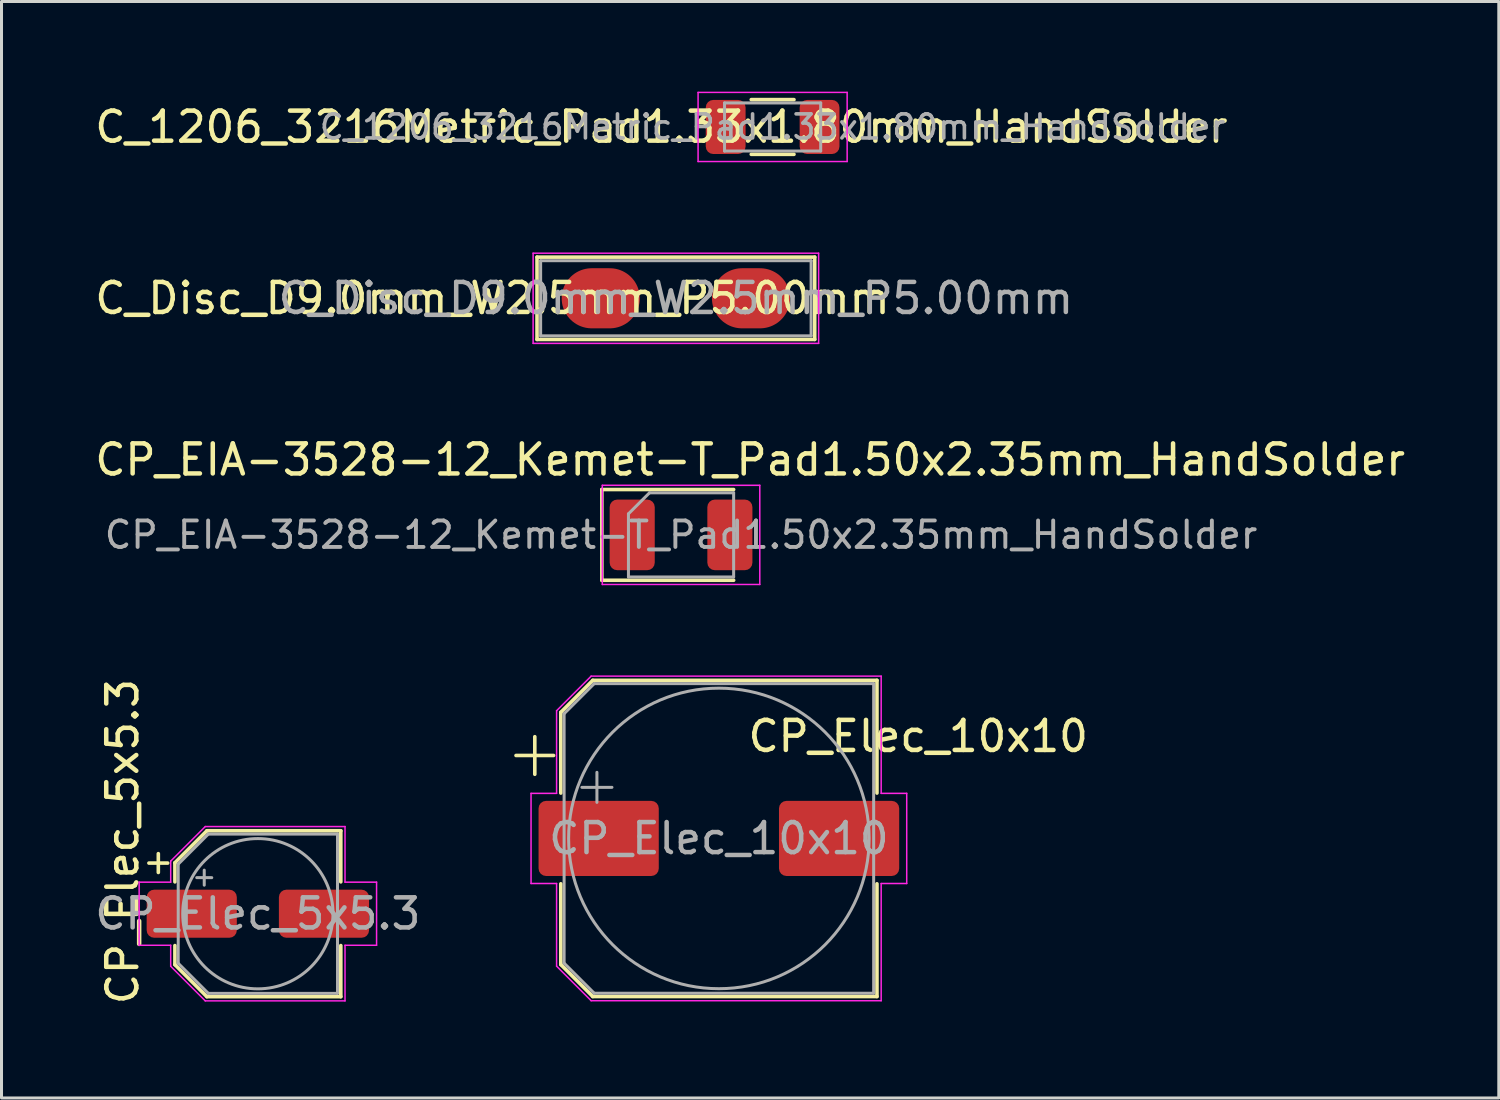
<source format=kicad_pcb>
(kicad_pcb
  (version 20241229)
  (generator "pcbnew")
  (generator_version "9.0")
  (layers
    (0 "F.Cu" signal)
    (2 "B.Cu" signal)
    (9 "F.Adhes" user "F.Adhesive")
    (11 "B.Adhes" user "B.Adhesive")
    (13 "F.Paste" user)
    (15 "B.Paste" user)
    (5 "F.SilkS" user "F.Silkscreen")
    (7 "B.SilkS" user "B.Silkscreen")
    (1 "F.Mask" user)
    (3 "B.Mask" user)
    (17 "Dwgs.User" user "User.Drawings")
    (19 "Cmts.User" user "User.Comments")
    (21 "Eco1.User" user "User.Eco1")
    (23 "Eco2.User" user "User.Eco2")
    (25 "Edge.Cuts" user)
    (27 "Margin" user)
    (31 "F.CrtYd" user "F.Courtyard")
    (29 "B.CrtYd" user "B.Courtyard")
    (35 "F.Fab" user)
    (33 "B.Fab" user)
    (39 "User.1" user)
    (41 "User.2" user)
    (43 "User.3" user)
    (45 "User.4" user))
  (footprint "C_Disc_D9.0mm_W2.5mm_P5.00mm"
    (layer "F.Cu")
    (at 16.939 6.875)
    (property "Reference" "C_Disc_D9.0mm_W2.5mm_P5.00mm" (at -3.6 0 0) (layer "F.SilkS") (effects (font (size 1 1) (thickness 0.15))))
    (attr through_hole)
    (fp_line (start -2.12 -1.37) (end -2.12 1.37) (stroke (width 0.12) (type solid)) (layer "F.SilkS"))
    (fp_line (start -2.12 -1.37) (end 7.12 -1.37) (stroke (width 0.12) (type solid)) (layer "F.SilkS"))
    (fp_line (start -2.12 1.37) (end 7.12 1.37) (stroke (width 0.12) (type solid)) (layer "F.SilkS"))
    (fp_line (start 7.12 -1.37) (end 7.12 1.37) (stroke (width 0.12) (type solid)) (layer "F.SilkS"))
    (fp_line (start -2.25 -1.5) (end -2.25 1.5) (stroke (width 0.05) (type solid)) (layer "F.CrtYd"))
    (fp_line (start -2.25 1.5) (end 7.25 1.5) (stroke (width 0.05) (type solid)) (layer "F.CrtYd"))
    (fp_line (start 7.25 -1.5) (end -2.25 -1.5) (stroke (width 0.05) (type solid)) (layer "F.CrtYd"))
    (fp_line (start 7.25 1.5) (end 7.25 -1.5) (stroke (width 0.05) (type solid)) (layer "F.CrtYd"))
    (fp_line (start -2 -1.25) (end -2 1.25) (stroke (width 0.1) (type solid)) (layer "F.Fab"))
    (fp_line (start -2 1.25) (end 7 1.25) (stroke (width 0.1) (type solid)) (layer "F.Fab"))
    (fp_line (start 7 -1.25) (end -2 -1.25) (stroke (width 0.1) (type solid)) (layer "F.Fab"))
    (fp_line (start 7 1.25) (end 7 -1.25) (stroke (width 0.1) (type solid)) (layer "F.Fab"))
    (fp_text user "${REFERENCE}" (at 2.5 0 0) (layer "F.Fab") (effects (font (size 1 1) (thickness 0.15))))
    (pad "1" smd oval (at 0 0) (size 2.6 2) (layers "F.Cu" "F.Mask" "F.Paste"))
    (pad "2" smd oval (at 5 0) (size 2.6 2) (layers "F.Cu" "F.Mask" "F.Paste")))
  (footprint "CP_Elec_5x5.3"
    (layer "F.Cu")
    (at 5.53 27.353)
    (property "Reference" "CP_Elec_5x5.3" (at -4.5 -2.4 90) (layer "F.SilkS") (effects (font (size 1 1) (thickness 0.15))))
    (attr smd)
    (fp_line (start -3.625 -1.685) (end -3 -1.685) (stroke (width 0.12) (type solid)) (layer "F.SilkS"))
    (fp_line (start -3.312 -1.998) (end -3.312 -1.373) (stroke (width 0.12) (type solid)) (layer "F.SilkS"))
    (fp_line (start -2.76 -1.696) (end -2.76 -1.06) (stroke (width 0.12) (type solid)) (layer "F.SilkS"))
    (fp_line (start -2.76 -1.696) (end -1.696 -2.76) (stroke (width 0.12) (type solid)) (layer "F.SilkS"))
    (fp_line (start -2.76 1.696) (end -2.76 1.06) (stroke (width 0.12) (type solid)) (layer "F.SilkS"))
    (fp_line (start -2.76 1.696) (end -1.696 2.76) (stroke (width 0.12) (type solid)) (layer "F.SilkS"))
    (fp_line (start -1.696 -2.76) (end 2.76 -2.76) (stroke (width 0.12) (type solid)) (layer "F.SilkS"))
    (fp_line (start -1.696 2.76) (end 2.76 2.76) (stroke (width 0.12) (type solid)) (layer "F.SilkS"))
    (fp_line (start 2.76 -2.76) (end 2.76 -1.06) (stroke (width 0.12) (type solid)) (layer "F.SilkS"))
    (fp_line (start 2.76 2.76) (end 2.76 1.06) (stroke (width 0.12) (type solid)) (layer "F.SilkS"))
    (fp_line (start -3.95 -1.05) (end -3.95 1.05) (stroke (width 0.05) (type solid)) (layer "F.CrtYd"))
    (fp_line (start -3.95 1.05) (end -2.9 1.05) (stroke (width 0.05) (type solid)) (layer "F.CrtYd"))
    (fp_line (start -2.9 -1.75) (end -2.9 -1.05) (stroke (width 0.05) (type solid)) (layer "F.CrtYd"))
    (fp_line (start -2.9 -1.75) (end -1.75 -2.9) (stroke (width 0.05) (type solid)) (layer "F.CrtYd"))
    (fp_line (start -2.9 -1.05) (end -3.95 -1.05) (stroke (width 0.05) (type solid)) (layer "F.CrtYd"))
    (fp_line (start -2.9 1.05) (end -2.9 1.75) (stroke (width 0.05) (type solid)) (layer "F.CrtYd"))
    (fp_line (start -2.9 1.75) (end -1.75 2.9) (stroke (width 0.05) (type solid)) (layer "F.CrtYd"))
    (fp_line (start -1.75 -2.9) (end 2.9 -2.9) (stroke (width 0.05) (type solid)) (layer "F.CrtYd"))
    (fp_line (start -1.75 2.9) (end 2.9 2.9) (stroke (width 0.05) (type solid)) (layer "F.CrtYd"))
    (fp_line (start 2.9 -2.9) (end 2.9 -1.05) (stroke (width 0.05) (type solid)) (layer "F.CrtYd"))
    (fp_line (start 2.9 -1.05) (end 3.95 -1.05) (stroke (width 0.05) (type solid)) (layer "F.CrtYd"))
    (fp_line (start 2.9 1.05) (end 2.9 2.9) (stroke (width 0.05) (type solid)) (layer "F.CrtYd"))
    (fp_line (start 3.95 -1.05) (end 3.95 1.05) (stroke (width 0.05) (type solid)) (layer "F.CrtYd"))
    (fp_line (start 3.95 1.05) (end 2.9 1.05) (stroke (width 0.05) (type solid)) (layer "F.CrtYd"))
    (fp_line (start -2.65 -1.65) (end -2.65 1.65) (stroke (width 0.1) (type solid)) (layer "F.Fab"))
    (fp_line (start -2.65 -1.65) (end -1.65 -2.65) (stroke (width 0.1) (type solid)) (layer "F.Fab"))
    (fp_line (start -2.65 1.65) (end -1.65 2.65) (stroke (width 0.1) (type solid)) (layer "F.Fab"))
    (fp_line (start -2.034 -1.2) (end -1.534 -1.2) (stroke (width 0.1) (type solid)) (layer "F.Fab"))
    (fp_line (start -1.784 -1.45) (end -1.784 -0.95) (stroke (width 0.1) (type solid)) (layer "F.Fab"))
    (fp_line (start -1.65 -2.65) (end 2.65 -2.65) (stroke (width 0.1) (type solid)) (layer "F.Fab"))
    (fp_line (start -1.65 2.65) (end 2.65 2.65) (stroke (width 0.1) (type solid)) (layer "F.Fab"))
    (fp_line (start 2.65 -2.65) (end 2.65 2.65) (stroke (width 0.1) (type solid)) (layer "F.Fab"))
    (fp_circle (center 0 0) (end 2.5 0) (stroke (width 0.1) (type solid)) (fill no) (layer "F.Fab"))
    (fp_text user "${REFERENCE}" (at 0 0 180) (layer "F.Fab") (effects (font (size 1 1) (thickness 0.15))))
    (pad "1" smd roundrect (at -2.2 0) (size 3 1.6) (layers "F.Cu" "F.Mask" "F.Paste") (roundrect_rratio 0.156))
    (pad "2" smd roundrect (at 2.2 0) (size 3 1.6) (layers "F.Cu" "F.Mask" "F.Paste") (roundrect_rratio 0.156)))
  (footprint "CP_Elec_10x10"
    (layer "F.Cu")
    (at 20.87 24.848)
    (property "Reference" "CP_Elec_10x10" (at 6.633 -3.4 0) (layer "F.SilkS") (effects (font (size 1 1) (thickness 0.15))))
    (attr smd)
    (fp_line (start -6.75 -2.76) (end -5.5 -2.76) (stroke (width 0.12) (type solid)) (layer "F.SilkS"))
    (fp_line (start -6.125 -3.385) (end -6.125 -2.135) (stroke (width 0.12) (type solid)) (layer "F.SilkS"))
    (fp_line (start -5.26 -4.196) (end -5.26 -1.51) (stroke (width 0.12) (type solid)) (layer "F.SilkS"))
    (fp_line (start -5.26 -4.196) (end -4.196 -5.26) (stroke (width 0.12) (type solid)) (layer "F.SilkS"))
    (fp_line (start -5.26 4.196) (end -5.26 1.51) (stroke (width 0.12) (type solid)) (layer "F.SilkS"))
    (fp_line (start -5.26 4.196) (end -4.196 5.26) (stroke (width 0.12) (type solid)) (layer "F.SilkS"))
    (fp_line (start -4.196 -5.26) (end 5.26 -5.26) (stroke (width 0.12) (type solid)) (layer "F.SilkS"))
    (fp_line (start -4.196 5.26) (end 5.26 5.26) (stroke (width 0.12) (type solid)) (layer "F.SilkS"))
    (fp_line (start 5.26 -5.26) (end 5.26 -1.51) (stroke (width 0.12) (type solid)) (layer "F.SilkS"))
    (fp_line (start 5.26 5.26) (end 5.26 1.51) (stroke (width 0.12) (type solid)) (layer "F.SilkS"))
    (fp_line (start -6.25 -1.5) (end -6.25 1.5) (stroke (width 0.05) (type solid)) (layer "F.CrtYd"))
    (fp_line (start -6.25 1.5) (end -5.4 1.5) (stroke (width 0.05) (type solid)) (layer "F.CrtYd"))
    (fp_line (start -5.4 -4.25) (end -5.4 -1.5) (stroke (width 0.05) (type solid)) (layer "F.CrtYd"))
    (fp_line (start -5.4 -4.25) (end -4.25 -5.4) (stroke (width 0.05) (type solid)) (layer "F.CrtYd"))
    (fp_line (start -5.4 -1.5) (end -6.25 -1.5) (stroke (width 0.05) (type solid)) (layer "F.CrtYd"))
    (fp_line (start -5.4 1.5) (end -5.4 4.25) (stroke (width 0.05) (type solid)) (layer "F.CrtYd"))
    (fp_line (start -5.4 4.25) (end -4.25 5.4) (stroke (width 0.05) (type solid)) (layer "F.CrtYd"))
    (fp_line (start -4.25 -5.4) (end 5.4 -5.4) (stroke (width 0.05) (type solid)) (layer "F.CrtYd"))
    (fp_line (start -4.25 5.4) (end 5.4 5.4) (stroke (width 0.05) (type solid)) (layer "F.CrtYd"))
    (fp_line (start 5.4 -5.4) (end 5.4 -1.5) (stroke (width 0.05) (type solid)) (layer "F.CrtYd"))
    (fp_line (start 5.4 -1.5) (end 6.25 -1.5) (stroke (width 0.05) (type solid)) (layer "F.CrtYd"))
    (fp_line (start 5.4 1.5) (end 5.4 5.4) (stroke (width 0.05) (type solid)) (layer "F.CrtYd"))
    (fp_line (start 6.25 -1.5) (end 6.25 1.5) (stroke (width 0.05) (type solid)) (layer "F.CrtYd"))
    (fp_line (start 6.25 1.5) (end 5.4 1.5) (stroke (width 0.05) (type solid)) (layer "F.CrtYd"))
    (fp_line (start -5.15 -4.15) (end -5.15 4.15) (stroke (width 0.1) (type solid)) (layer "F.Fab"))
    (fp_line (start -5.15 -4.15) (end -4.15 -5.15) (stroke (width 0.1) (type solid)) (layer "F.Fab"))
    (fp_line (start -5.15 4.15) (end -4.15 5.15) (stroke (width 0.1) (type solid)) (layer "F.Fab"))
    (fp_line (start -4.558 -1.7) (end -3.558 -1.7) (stroke (width 0.1) (type solid)) (layer "F.Fab"))
    (fp_line (start -4.15 -5.15) (end 5.15 -5.15) (stroke (width 0.1) (type solid)) (layer "F.Fab"))
    (fp_line (start -4.15 5.15) (end 5.15 5.15) (stroke (width 0.1) (type solid)) (layer "F.Fab"))
    (fp_line (start -4.058 -2.2) (end -4.058 -1.2) (stroke (width 0.1) (type solid)) (layer "F.Fab"))
    (fp_line (start 5.15 -5.15) (end 5.15 5.15) (stroke (width 0.1) (type solid)) (layer "F.Fab"))
    (fp_circle (center 0 0) (end 5 0) (stroke (width 0.1) (type solid)) (fill no) (layer "F.Fab"))
    (fp_text user "${REFERENCE}" (at 0 0 0) (layer "F.Fab") (effects (font (size 1 1) (thickness 0.15))))
    (pad "1" smd roundrect (at -4 0) (size 4 2.5) (layers "F.Cu" "F.Mask" "F.Paste") (roundrect_rratio 0.1))
    (pad "2" smd roundrect (at 4 0) (size 4 2.5) (layers "F.Cu" "F.Mask" "F.Paste") (roundrect_rratio 0.1)))
  (footprint "CP_EIA-3528-12_Kemet-T_Pad1.50x2.35mm_HandSolder"
    (layer "F.Cu")
    (at 19.611 14.748)
    (property "Reference" "CP_EIA-3528-12_Kemet-T_Pad1.50x2.35mm_HandSolder" (at 2.3 -2.5 180) (layer "F.SilkS") (effects (font (size 1 1) (thickness 0.15))))
    (attr smd)
    (fp_line (start -2.635 -1.51) (end -2.635 1.51) (stroke (width 0.12) (type solid)) (layer "F.SilkS"))
    (fp_line (start -2.635 1.51) (end 1.75 1.51) (stroke (width 0.12) (type solid)) (layer "F.SilkS"))
    (fp_line (start 1.75 -1.51) (end -2.635 -1.51) (stroke (width 0.12) (type solid)) (layer "F.SilkS"))
    (fp_line (start -2.62 -1.65) (end 2.62 -1.65) (stroke (width 0.05) (type solid)) (layer "F.CrtYd"))
    (fp_line (start -2.62 1.65) (end -2.62 -1.65) (stroke (width 0.05) (type solid)) (layer "F.CrtYd"))
    (fp_line (start 2.62 -1.65) (end 2.62 1.65) (stroke (width 0.05) (type solid)) (layer "F.CrtYd"))
    (fp_line (start 2.62 1.65) (end -2.62 1.65) (stroke (width 0.05) (type solid)) (layer "F.CrtYd"))
    (fp_line (start -1.75 -0.7) (end -1.75 1.4) (stroke (width 0.1) (type solid)) (layer "F.Fab"))
    (fp_line (start -1.75 1.4) (end 1.75 1.4) (stroke (width 0.1) (type solid)) (layer "F.Fab"))
    (fp_line (start -1.05 -1.4) (end -1.75 -0.7) (stroke (width 0.1) (type solid)) (layer "F.Fab"))
    (fp_line (start 1.75 -1.4) (end -1.05 -1.4) (stroke (width 0.1) (type solid)) (layer "F.Fab"))
    (fp_line (start 1.75 1.4) (end 1.75 -1.4) (stroke (width 0.1) (type solid)) (layer "F.Fab"))
    (fp_text user "${REFERENCE}" (at 0 0 180) (layer "F.Fab") (effects (font (size 0.88 0.88) (thickness 0.13))))
    (pad "1" smd roundrect (at -1.625 0) (size 1.5 2.35) (layers "F.Cu" "F.Mask" "F.Paste") (roundrect_rratio 0.167))
    (pad "2" smd roundrect (at 1.625 0) (size 1.5 2.35) (layers "F.Cu" "F.Mask" "F.Paste") (roundrect_rratio 0.167)))
  (footprint "C_1206_3216Metric_Pad1.33x1.80mm_HandSolder"
    (layer "F.Cu")
    (at 22.658 1.175)
    (property "Reference" "C_1206_3216Metric_Pad1.33x1.80mm_HandSolder" (at -3.7 0 180) (layer "F.SilkS") (effects (font (size 1 1) (thickness 0.15))))
    (attr smd)
    (fp_line (start -0.711 -0.91) (end 0.711 -0.91) (stroke (width 0.12) (type solid)) (layer "F.SilkS"))
    (fp_line (start -0.711 0.91) (end 0.711 0.91) (stroke (width 0.12) (type solid)) (layer "F.SilkS"))
    (fp_line (start -2.48 -1.15) (end 2.48 -1.15) (stroke (width 0.05) (type solid)) (layer "F.CrtYd"))
    (fp_line (start -2.48 1.15) (end -2.48 -1.15) (stroke (width 0.05) (type solid)) (layer "F.CrtYd"))
    (fp_line (start 2.48 -1.15) (end 2.48 1.15) (stroke (width 0.05) (type solid)) (layer "F.CrtYd"))
    (fp_line (start 2.48 1.15) (end -2.48 1.15) (stroke (width 0.05) (type solid)) (layer "F.CrtYd"))
    (fp_line (start -1.6 -0.8) (end 1.6 -0.8) (stroke (width 0.1) (type solid)) (layer "F.Fab"))
    (fp_line (start -1.6 0.8) (end -1.6 -0.8) (stroke (width 0.1) (type solid)) (layer "F.Fab"))
    (fp_line (start 1.6 -0.8) (end 1.6 0.8) (stroke (width 0.1) (type solid)) (layer "F.Fab"))
    (fp_line (start 1.6 0.8) (end -1.6 0.8) (stroke (width 0.1) (type solid)) (layer "F.Fab"))
    (fp_text user "${REFERENCE}" (at 0 0 0) (layer "F.Fab") (effects (font (size 0.8 0.8) (thickness 0.12))))
    (pad "1" smd roundrect (at -1.562 0) (size 1.325 1.8) (layers "F.Cu" "F.Mask" "F.Paste") (roundrect_rratio 0.189))
    (pad "2" smd roundrect (at 1.562 0) (size 1.325 1.8) (layers "F.Cu" "F.Mask" "F.Paste") (roundrect_rratio 0.189)))
  (gr_rect
    (start -3 -3)
    (end 46.821 33.483)
    (stroke (width 0.1) (type default))
    (fill no)
    (layer "Edge.Cuts")))
</source>
